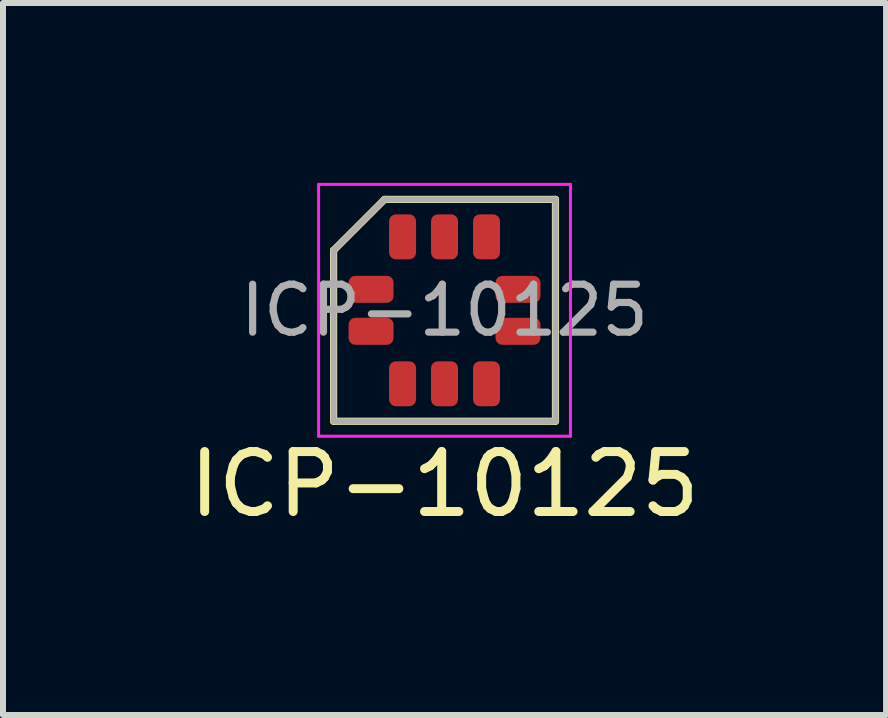
<source format=kicad_pcb>
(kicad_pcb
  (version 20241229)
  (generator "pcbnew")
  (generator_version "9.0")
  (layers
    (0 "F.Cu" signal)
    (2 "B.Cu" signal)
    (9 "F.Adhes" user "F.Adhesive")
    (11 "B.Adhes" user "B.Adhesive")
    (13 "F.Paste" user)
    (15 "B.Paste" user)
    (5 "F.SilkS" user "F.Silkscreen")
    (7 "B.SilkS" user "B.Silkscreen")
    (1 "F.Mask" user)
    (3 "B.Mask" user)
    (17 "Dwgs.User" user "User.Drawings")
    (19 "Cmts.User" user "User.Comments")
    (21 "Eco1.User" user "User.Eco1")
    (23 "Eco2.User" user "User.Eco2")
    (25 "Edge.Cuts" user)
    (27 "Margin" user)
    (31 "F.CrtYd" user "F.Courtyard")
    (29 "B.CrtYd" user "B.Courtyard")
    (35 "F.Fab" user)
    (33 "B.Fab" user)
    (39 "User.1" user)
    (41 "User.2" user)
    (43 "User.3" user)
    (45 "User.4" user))
  (footprint "ICP-10125"
    (layer "F.Cu")
    (at 4.363 2.125)
    (property "Reference" "ICP-10125" (at 0 2.9 0) (layer "F.SilkS") (effects (font (size 1 1) (thickness 0.15))))
    (attr through_hole)
    (fp_line (start -1.85 -1) (end -1.85 1.85) (stroke (width 0.12) (type solid)) (layer "F.SilkS"))
    (fp_line (start -1 -1.85) (end -1.85 -1) (stroke (width 0.12) (type solid)) (layer "F.SilkS"))
    (fp_line (start -1 -1.85) (end 1.85 -1.85) (stroke (width 0.12) (type solid)) (layer "F.SilkS"))
    (fp_line (start 1.85 -1.85) (end 1.85 1.85) (stroke (width 0.12) (type solid)) (layer "F.SilkS"))
    (fp_line (start 1.85 1.85) (end -1.85 1.85) (stroke (width 0.12) (type solid)) (layer "F.SilkS"))
    (fp_line (start -2.1 -2.1) (end 2.1 -2.1) (stroke (width 0.05) (type solid)) (layer "F.CrtYd"))
    (fp_line (start -2.1 2.1) (end -2.1 -2.1) (stroke (width 0.05) (type solid)) (layer "F.CrtYd"))
    (fp_line (start 2.1 -2.1) (end 2.1 2.1) (stroke (width 0.05) (type solid)) (layer "F.CrtYd"))
    (fp_line (start 2.1 2.1) (end -2.1 2.1) (stroke (width 0.05) (type solid)) (layer "F.CrtYd"))
    (fp_line (start -1.85 1.85) (end -1.85 -1) (stroke (width 0.1) (type solid)) (layer "F.Fab"))
    (fp_line (start -1 -1.85) (end -1.85 -1) (stroke (width 0.1) (type solid)) (layer "F.Fab"))
    (fp_line (start -1 -1.85) (end 1.85 -1.85) (stroke (width 0.1) (type solid)) (layer "F.Fab"))
    (fp_line (start 1.85 -1.85) (end 1.85 1.85) (stroke (width 0.1) (type solid)) (layer "F.Fab"))
    (fp_line (start 1.85 1.85) (end -1.85 1.85) (stroke (width 0.1) (type solid)) (layer "F.Fab"))
    (fp_text user "${REFERENCE}" (at 0 0 0) (layer "F.Fab") (effects (font (size 0.8 0.8) (thickness 0.12))))
    (pad "1" smd roundrect (at -1.225 -0.35) (size 0.75 0.45) (layers "F.Cu" "F.Mask" "F.Paste") (roundrect_rratio 0.25))
    (pad "2" smd roundrect (at -1.225 0.35) (size 0.75 0.45) (layers "F.Cu" "F.Mask" "F.Paste") (roundrect_rratio 0.25))
    (pad "3" smd roundrect (at -0.7 1.225 90) (size 0.75 0.45) (layers "F.Cu" "F.Mask" "F.Paste") (roundrect_rratio 0.25))
    (pad "4" smd roundrect (at 0 1.225 90) (size 0.75 0.45) (layers "F.Cu" "F.Mask" "F.Paste") (roundrect_rratio 0.25))
    (pad "5" smd roundrect (at 0.7 1.225 90) (size 0.75 0.45) (layers "F.Cu" "F.Mask" "F.Paste") (roundrect_rratio 0.25))
    (pad "6" smd roundrect (at 1.225 0.35 180) (size 0.75 0.45) (layers "F.Cu" "F.Mask" "F.Paste") (roundrect_rratio 0.25))
    (pad "7" smd roundrect (at 1.225 -0.35 180) (size 0.75 0.45) (layers "F.Cu" "F.Mask" "F.Paste") (roundrect_rratio 0.25))
    (pad "8" smd roundrect (at 0.7 -1.225 90) (size 0.75 0.45) (layers "F.Cu" "F.Mask" "F.Paste") (roundrect_rratio 0.25))
    (pad "9" smd roundrect (at 0 -1.225 90) (size 0.75 0.45) (layers "F.Cu" "F.Mask" "F.Paste") (roundrect_rratio 0.25))
    (pad "10" smd roundrect (at -0.7 -1.225 90) (size 0.75 0.45) (layers "F.Cu" "F.Mask" "F.Paste") (roundrect_rratio 0.25)))
  (gr_rect
    (start -3 -3)
    (end 11.726 8.873)
    (stroke (width 0.1) (type default))
    (fill no)
    (layer "Edge.Cuts")))
</source>
